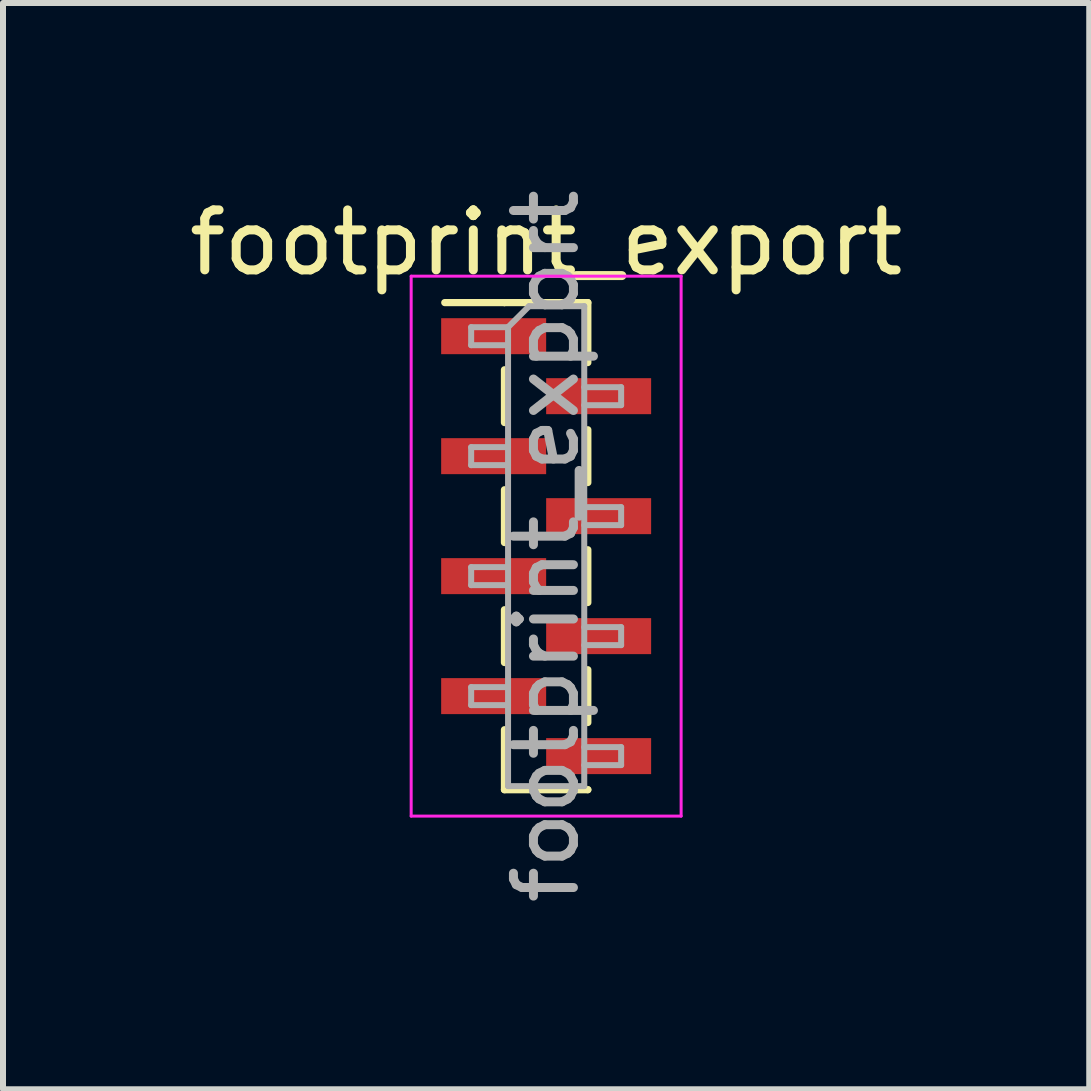
<source format=kicad_pcb>
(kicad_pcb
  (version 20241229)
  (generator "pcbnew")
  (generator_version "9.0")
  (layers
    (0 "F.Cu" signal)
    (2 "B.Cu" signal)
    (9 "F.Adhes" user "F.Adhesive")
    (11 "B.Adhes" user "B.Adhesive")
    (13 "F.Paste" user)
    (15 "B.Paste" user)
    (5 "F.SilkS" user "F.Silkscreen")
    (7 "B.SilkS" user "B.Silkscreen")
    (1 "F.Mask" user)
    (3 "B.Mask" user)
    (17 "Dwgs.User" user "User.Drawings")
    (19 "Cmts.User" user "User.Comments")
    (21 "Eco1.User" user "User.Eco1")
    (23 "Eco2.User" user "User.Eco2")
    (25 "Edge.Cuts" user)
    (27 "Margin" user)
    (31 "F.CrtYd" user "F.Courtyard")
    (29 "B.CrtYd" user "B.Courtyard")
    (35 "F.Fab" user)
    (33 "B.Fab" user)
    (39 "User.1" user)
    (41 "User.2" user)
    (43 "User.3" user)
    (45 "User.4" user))
  (footprint "footprint_export"
    (layer "F.Cu")
    (at 6.054 6.054)
    (property "Reference" "footprint_export" (at 0 -5.06 0) (layer "F.SilkS") (effects (font (size 1 1) (thickness 0.15))))
    (attr smd)
    (fp_line (start -0.695 -4.06) (end -1.69 -4.06) (stroke (width 0.12) (type solid)) (layer "F.SilkS"))
    (fp_line (start -0.695 -4.06) (end -0.695 -4.06) (stroke (width 0.12) (type solid)) (layer "F.SilkS"))
    (fp_line (start -0.695 -4.06) (end 0.695 -4.06) (stroke (width 0.12) (type solid)) (layer "F.SilkS"))
    (fp_line (start -0.695 -2.94) (end -0.695 -2.06) (stroke (width 0.12) (type solid)) (layer "F.SilkS"))
    (fp_line (start -0.695 -0.94) (end -0.695 -0.06) (stroke (width 0.12) (type solid)) (layer "F.SilkS"))
    (fp_line (start -0.695 1.06) (end -0.695 1.94) (stroke (width 0.12) (type solid)) (layer "F.SilkS"))
    (fp_line (start -0.695 3.06) (end -0.695 4.06) (stroke (width 0.12) (type solid)) (layer "F.SilkS"))
    (fp_line (start -0.695 4.06) (end 0.695 4.06) (stroke (width 0.12) (type solid)) (layer "F.SilkS"))
    (fp_line (start 0.695 -4.06) (end 0.695 -3.06) (stroke (width 0.12) (type solid)) (layer "F.SilkS"))
    (fp_line (start 0.695 -1.94) (end 0.695 -1.06) (stroke (width 0.12) (type solid)) (layer "F.SilkS"))
    (fp_line (start 0.695 0.06) (end 0.695 0.94) (stroke (width 0.12) (type solid)) (layer "F.SilkS"))
    (fp_line (start 0.695 2.06) (end 0.695 2.94) (stroke (width 0.12) (type solid)) (layer "F.SilkS"))
    (fp_line (start 0.695 4.06) (end 0.695 4.06) (stroke (width 0.12) (type solid)) (layer "F.SilkS"))
    (fp_line (start -2.25 -4.5) (end -2.25 4.5) (stroke (width 0.05) (type solid)) (layer "F.CrtYd"))
    (fp_line (start -2.25 4.5) (end 2.25 4.5) (stroke (width 0.05) (type solid)) (layer "F.CrtYd"))
    (fp_line (start 2.25 -4.5) (end -2.25 -4.5) (stroke (width 0.05) (type solid)) (layer "F.CrtYd"))
    (fp_line (start 2.25 4.5) (end 2.25 -4.5) (stroke (width 0.05) (type solid)) (layer "F.CrtYd"))
    (fp_line (start -1.25 -3.65) (end -1.25 -3.35) (stroke (width 0.1) (type solid)) (layer "F.Fab"))
    (fp_line (start -1.25 -3.35) (end -0.635 -3.35) (stroke (width 0.1) (type solid)) (layer "F.Fab"))
    (fp_line (start -1.25 -1.65) (end -1.25 -1.35) (stroke (width 0.1) (type solid)) (layer "F.Fab"))
    (fp_line (start -1.25 -1.35) (end -0.635 -1.35) (stroke (width 0.1) (type solid)) (layer "F.Fab"))
    (fp_line (start -1.25 0.35) (end -1.25 0.65) (stroke (width 0.1) (type solid)) (layer "F.Fab"))
    (fp_line (start -1.25 0.65) (end -0.635 0.65) (stroke (width 0.1) (type solid)) (layer "F.Fab"))
    (fp_line (start -1.25 2.35) (end -1.25 2.65) (stroke (width 0.1) (type solid)) (layer "F.Fab"))
    (fp_line (start -1.25 2.65) (end -0.635 2.65) (stroke (width 0.1) (type solid)) (layer "F.Fab"))
    (fp_line (start -0.635 -3.65) (end -1.25 -3.65) (stroke (width 0.1) (type solid)) (layer "F.Fab"))
    (fp_line (start -0.635 -3.65) (end -0.285 -4) (stroke (width 0.1) (type solid)) (layer "F.Fab"))
    (fp_line (start -0.635 -1.65) (end -1.25 -1.65) (stroke (width 0.1) (type solid)) (layer "F.Fab"))
    (fp_line (start -0.635 0.35) (end -1.25 0.35) (stroke (width 0.1) (type solid)) (layer "F.Fab"))
    (fp_line (start -0.635 2.35) (end -1.25 2.35) (stroke (width 0.1) (type solid)) (layer "F.Fab"))
    (fp_line (start -0.635 4) (end -0.635 -3.65) (stroke (width 0.1) (type solid)) (layer "F.Fab"))
    (fp_line (start -0.285 -4) (end 0.635 -4) (stroke (width 0.1) (type solid)) (layer "F.Fab"))
    (fp_line (start 0.635 -4) (end 0.635 4) (stroke (width 0.1) (type solid)) (layer "F.Fab"))
    (fp_line (start 0.635 -2.65) (end 1.25 -2.65) (stroke (width 0.1) (type solid)) (layer "F.Fab"))
    (fp_line (start 0.635 -0.65) (end 1.25 -0.65) (stroke (width 0.1) (type solid)) (layer "F.Fab"))
    (fp_line (start 0.635 1.35) (end 1.25 1.35) (stroke (width 0.1) (type solid)) (layer "F.Fab"))
    (fp_line (start 0.635 3.35) (end 1.25 3.35) (stroke (width 0.1) (type solid)) (layer "F.Fab"))
    (fp_line (start 0.635 4) (end -0.635 4) (stroke (width 0.1) (type solid)) (layer "F.Fab"))
    (fp_line (start 1.25 -2.65) (end 1.25 -2.35) (stroke (width 0.1) (type solid)) (layer "F.Fab"))
    (fp_line (start 1.25 -2.35) (end 0.635 -2.35) (stroke (width 0.1) (type solid)) (layer "F.Fab"))
    (fp_line (start 1.25 -0.65) (end 1.25 -0.35) (stroke (width 0.1) (type solid)) (layer "F.Fab"))
    (fp_line (start 1.25 -0.35) (end 0.635 -0.35) (stroke (width 0.1) (type solid)) (layer "F.Fab"))
    (fp_line (start 1.25 1.35) (end 1.25 1.65) (stroke (width 0.1) (type solid)) (layer "F.Fab"))
    (fp_line (start 1.25 1.65) (end 0.635 1.65) (stroke (width 0.1) (type solid)) (layer "F.Fab"))
    (fp_line (start 1.25 3.35) (end 1.25 3.65) (stroke (width 0.1) (type solid)) (layer "F.Fab"))
    (fp_line (start 1.25 3.65) (end 0.635 3.65) (stroke (width 0.1) (type solid)) (layer "F.Fab"))
    (fp_text user "${REFERENCE}" (at 0 0 90) (layer "F.Fab") (effects (font (size 1 1) (thickness 0.15))))
    (pad "1" smd rect (at -0.875 -3.5) (size 1.75 0.6) (layers "F.Cu" "F.Mask" "F.Paste"))
    (pad "2" smd rect (at 0.875 -2.5) (size 1.75 0.6) (layers "F.Cu" "F.Mask" "F.Paste"))
    (pad "3" smd rect (at -0.875 -1.5) (size 1.75 0.6) (layers "F.Cu" "F.Mask" "F.Paste"))
    (pad "4" smd rect (at 0.875 -0.5) (size 1.75 0.6) (layers "F.Cu" "F.Mask" "F.Paste"))
    (pad "5" smd rect (at -0.875 0.5) (size 1.75 0.6) (layers "F.Cu" "F.Mask" "F.Paste"))
    (pad "6" smd rect (at 0.875 1.5) (size 1.75 0.6) (layers "F.Cu" "F.Mask" "F.Paste"))
    (pad "7" smd rect (at -0.875 2.5) (size 1.75 0.6) (layers "F.Cu" "F.Mask" "F.Paste"))
    (pad "8" smd rect (at 0.875 3.5) (size 1.75 0.6) (layers "F.Cu" "F.Mask" "F.Paste")))
  (gr_rect
    (start -3 -3)
    (end 15.107 15.107)
    (stroke (width 0.1) (type default))
    (fill no)
    (layer "Edge.Cuts")))
</source>
